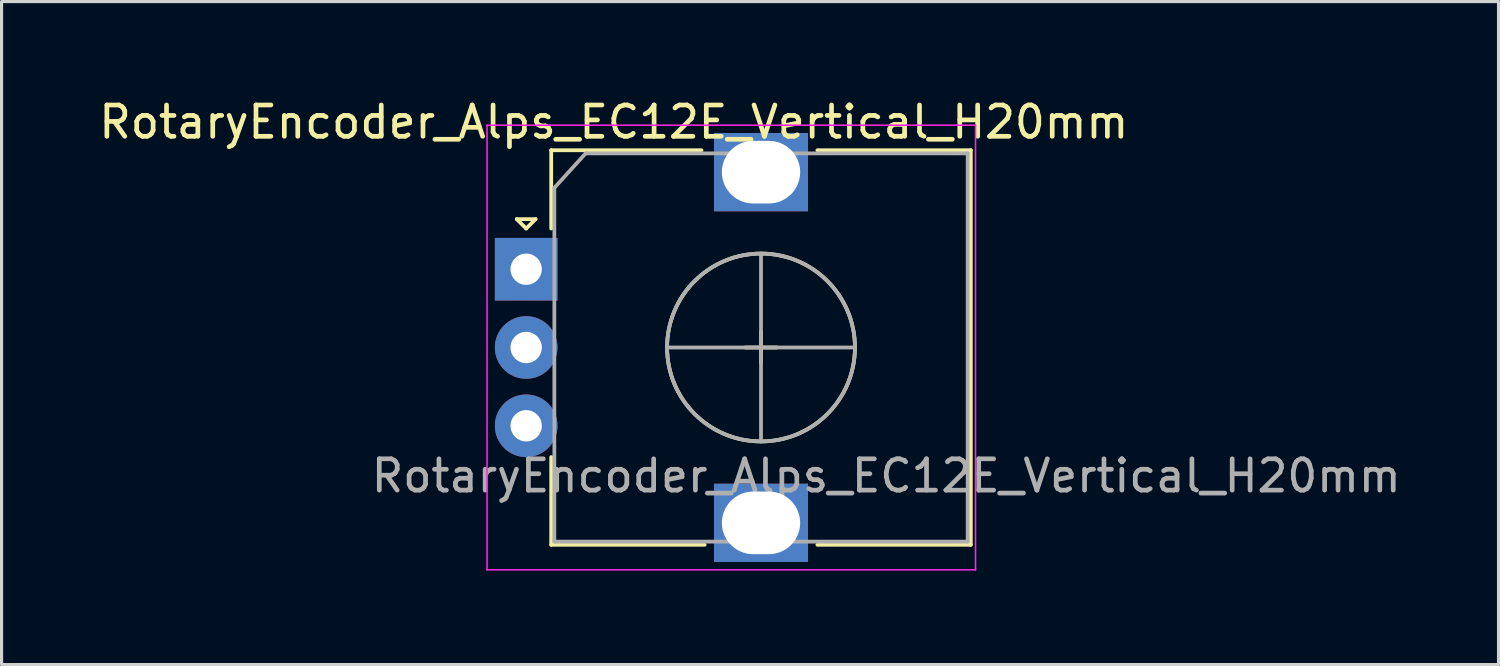
<source format=kicad_pcb>
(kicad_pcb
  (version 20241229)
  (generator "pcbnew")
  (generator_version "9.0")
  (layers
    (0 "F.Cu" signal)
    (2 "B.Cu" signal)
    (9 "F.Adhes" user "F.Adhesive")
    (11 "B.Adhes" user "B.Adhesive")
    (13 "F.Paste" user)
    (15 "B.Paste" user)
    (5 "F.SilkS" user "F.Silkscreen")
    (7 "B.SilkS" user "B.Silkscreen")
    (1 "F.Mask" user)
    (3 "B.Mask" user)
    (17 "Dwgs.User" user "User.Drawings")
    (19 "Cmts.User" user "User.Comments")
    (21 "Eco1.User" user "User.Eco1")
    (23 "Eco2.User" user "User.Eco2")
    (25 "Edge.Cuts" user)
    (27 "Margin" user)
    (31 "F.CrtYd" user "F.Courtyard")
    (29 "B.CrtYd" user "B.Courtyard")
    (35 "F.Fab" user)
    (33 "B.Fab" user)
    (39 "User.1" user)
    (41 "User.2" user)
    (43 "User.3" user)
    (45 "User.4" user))
  (footprint "RotaryEncoder_Alps_EC12E_Vertical_H20mm"
    (layer "F.Cu")
    (at 13.754 5.548)
    (property "Reference" "RotaryEncoder_Alps_EC12E_Vertical_H20mm" (at 2.8 -4.7 0) (layer "F.SilkS") (effects (font (size 1 1) (thickness 0.15))))
    (attr through_hole)
    (fp_line (start -0.3 -1.6) (end 0.3 -1.6) (stroke (width 0.12) (type solid)) (layer "F.SilkS"))
    (fp_line (start 0 -1.3) (end -0.3 -1.6) (stroke (width 0.12) (type solid)) (layer "F.SilkS"))
    (fp_line (start 0.3 -1.6) (end 0 -1.3) (stroke (width 0.12) (type solid)) (layer "F.SilkS"))
    (fp_line (start 0.8 -3.8) (end 0.8 -1.3) (stroke (width 0.12) (type solid)) (layer "F.SilkS"))
    (fp_line (start 0.8 8.8) (end 0.8 6) (stroke (width 0.12) (type solid)) (layer "F.SilkS"))
    (fp_line (start 5.6 -3.8) (end 0.8 -3.8) (stroke (width 0.12) (type solid)) (layer "F.SilkS"))
    (fp_line (start 5.7 8.8) (end 0.8 8.8) (stroke (width 0.12) (type solid)) (layer "F.SilkS"))
    (fp_line (start 7 2.5) (end 8 2.5) (stroke (width 0.12) (type solid)) (layer "F.SilkS"))
    (fp_line (start 7.5 2) (end 7.5 3) (stroke (width 0.12) (type solid)) (layer "F.SilkS"))
    (fp_line (start 9.3 -3.8) (end 14.2 -3.8) (stroke (width 0.12) (type solid)) (layer "F.SilkS"))
    (fp_line (start 14.2 -3.8) (end 14.2 8.8) (stroke (width 0.12) (type solid)) (layer "F.SilkS"))
    (fp_line (start 14.2 8.8) (end 9.3 8.8) (stroke (width 0.12) (type solid)) (layer "F.SilkS"))
    (fp_circle (center 7.5 2.5) (end 10.5 2.5) (stroke (width 0.12) (type solid)) (fill no) (layer "F.SilkS"))
    (fp_line (start -1.25 -4.6) (end -1.25 9.6) (stroke (width 0.05) (type solid)) (layer "F.CrtYd"))
    (fp_line (start -1.25 -4.6) (end 14.35 -4.6) (stroke (width 0.05) (type solid)) (layer "F.CrtYd"))
    (fp_line (start 14.35 9.6) (end -1.25 9.6) (stroke (width 0.05) (type solid)) (layer "F.CrtYd"))
    (fp_line (start 14.35 9.6) (end 14.35 -4.6) (stroke (width 0.05) (type solid)) (layer "F.CrtYd"))
    (fp_line (start 0.9 -2.6) (end 1.9 -3.7) (stroke (width 0.12) (type solid)) (layer "F.Fab"))
    (fp_line (start 0.9 8.7) (end 0.9 -2.6) (stroke (width 0.12) (type solid)) (layer "F.Fab"))
    (fp_line (start 1.9 -3.7) (end 14.1 -3.7) (stroke (width 0.12) (type solid)) (layer "F.Fab"))
    (fp_line (start 4.5 2.5) (end 10.5 2.5) (stroke (width 0.12) (type solid)) (layer "F.Fab"))
    (fp_line (start 7.5 -0.5) (end 7.5 5.5) (stroke (width 0.12) (type solid)) (layer "F.Fab"))
    (fp_line (start 14.1 -3.7) (end 14.1 8.7) (stroke (width 0.12) (type solid)) (layer "F.Fab"))
    (fp_line (start 14.1 8.7) (end 0.9 8.7) (stroke (width 0.12) (type solid)) (layer "F.Fab"))
    (fp_circle (center 7.5 2.5) (end 10.5 2.5) (stroke (width 0.12) (type solid)) (fill no) (layer "F.Fab"))
    (fp_text user "${REFERENCE}" (at 11.5 6.6 0) (layer "F.Fab") (effects (font (size 1 1) (thickness 0.15))))
    (pad "A" thru_hole rect (at 0 0) (size 2 2) (drill 1) (layers "*.Cu" "*.Mask"))
    (pad "B" thru_hole circle (at 0 5) (size 2 2) (drill 1) (layers "*.Cu" "*.Mask"))
    (pad "C" thru_hole circle (at 0 2.5) (size 2 2) (drill 1) (layers "*.Cu" "*.Mask"))
    (pad "MP" thru_hole rect (at 7.5 -3.1) (size 3 2.5) (drill oval 2.5 2) (layers "*.Cu" "*.Mask"))
    (pad "MP" thru_hole rect (at 7.5 8.1) (size 3 2.5) (drill oval 2.5 2) (layers "*.Cu" "*.Mask")))
  (gr_rect
    (start -3 -3)
    (end 44.807 18.173)
    (stroke (width 0.1) (type default))
    (fill no)
    (layer "Edge.Cuts")))
</source>
